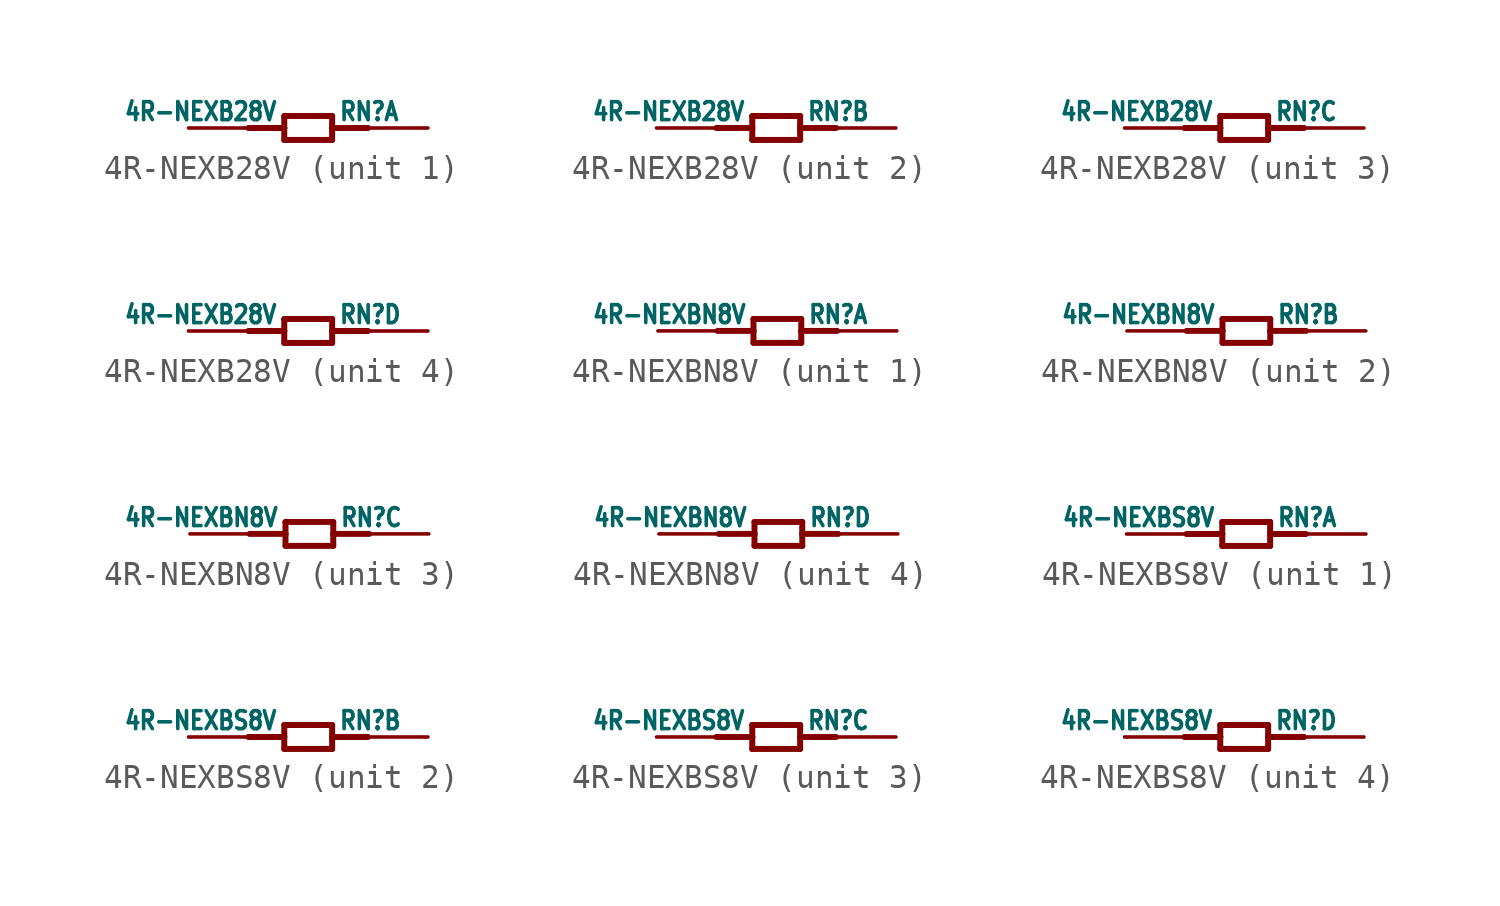
<source format=kicad_sym>
(kicad_symbol_lib
  (version 20211014)
  (generator kicad_symbol_editor)
  (symbol "4R-NEXB28V"
    (property "Reference" "RN"
      (at 1.27 0.254 0)
      (effects (font (size 0.762 0.648)) (justify left bottom)))
    (property "Value" "4R-NEXB28V"
      (at -1.27 0.254 0)
      (effects (font (size 0.762 0.648)) (justify right bottom)))
    (property "ki_locked" ""
      (at 0 0 0)
      (effects (font (size 1.27 1.27))))
    (symbol "4R-NEXB28V_1_0"
      (polyline (pts (xy -2.54 0) (xy -1.016 0)) (stroke (width 0.254) (type default) (color 0 0 0 0)) (fill (type none)))
      (polyline (pts (xy -1.016 -0.508) (xy 1.016 -0.508)) (stroke (width 0.254) (type default) (color 0 0 0 0)) (fill (type none)))
      (polyline (pts (xy -1.016 0) (xy -1.016 -0.508)) (stroke (width 0.254) (type default) (color 0 0 0 0)) (fill (type none)))
      (polyline (pts (xy -1.016 0.508) (xy -1.016 0)) (stroke (width 0.254) (type default) (color 0 0 0 0)) (fill (type none)))
      (polyline (pts (xy 1.016 -0.508) (xy 1.016 0)) (stroke (width 0.254) (type default) (color 0 0 0 0)) (fill (type none)))
      (polyline (pts (xy 1.016 0) (xy 1.016 0.508)) (stroke (width 0.254) (type default) (color 0 0 0 0)) (fill (type none)))
      (polyline (pts (xy 1.016 0) (xy 2.54 0)) (stroke (width 0.254) (type default) (color 0 0 0 0)) (fill (type none)))
      (polyline (pts (xy 1.016 0.508) (xy -1.016 0.508)) (stroke (width 0.254) (type default) (color 0 0 0 0)) (fill (type none)))
      (pin passive line (at -5.08 0 0) (length 2.54) (name "1" (effects (font (size 0 0)))) (number "1" (effects (font (size 0 0)))))
      (pin passive line (at 5.08 0 180) (length 2.54) (name "2" (effects (font (size 0 0)))) (number "8" (effects (font (size 0 0))))))
    (symbol "4R-NEXB28V_2_0"
      (polyline (pts (xy -2.54 0) (xy -1.016 0)) (stroke (width 0.254) (type default) (color 0 0 0 0)) (fill (type none)))
      (polyline (pts (xy -1.016 -0.508) (xy 1.016 -0.508)) (stroke (width 0.254) (type default) (color 0 0 0 0)) (fill (type none)))
      (polyline (pts (xy -1.016 0) (xy -1.016 -0.508)) (stroke (width 0.254) (type default) (color 0 0 0 0)) (fill (type none)))
      (polyline (pts (xy -1.016 0.508) (xy -1.016 0)) (stroke (width 0.254) (type default) (color 0 0 0 0)) (fill (type none)))
      (polyline (pts (xy 1.016 -0.508) (xy 1.016 0)) (stroke (width 0.254) (type default) (color 0 0 0 0)) (fill (type none)))
      (polyline (pts (xy 1.016 0) (xy 1.016 0.508)) (stroke (width 0.254) (type default) (color 0 0 0 0)) (fill (type none)))
      (polyline (pts (xy 1.016 0) (xy 2.54 0)) (stroke (width 0.254) (type default) (color 0 0 0 0)) (fill (type none)))
      (polyline (pts (xy 1.016 0.508) (xy -1.016 0.508)) (stroke (width 0.254) (type default) (color 0 0 0 0)) (fill (type none)))
      (pin passive line (at -5.08 0 0) (length 2.54) (name "1" (effects (font (size 0 0)))) (number "2" (effects (font (size 0 0)))))
      (pin passive line (at 5.08 0 180) (length 2.54) (name "2" (effects (font (size 0 0)))) (number "7" (effects (font (size 0 0))))))
    (symbol "4R-NEXB28V_3_0"
      (polyline (pts (xy -2.54 0) (xy -1.016 0)) (stroke (width 0.254) (type default) (color 0 0 0 0)) (fill (type none)))
      (polyline (pts (xy -1.016 -0.508) (xy 1.016 -0.508)) (stroke (width 0.254) (type default) (color 0 0 0 0)) (fill (type none)))
      (polyline (pts (xy -1.016 0) (xy -1.016 -0.508)) (stroke (width 0.254) (type default) (color 0 0 0 0)) (fill (type none)))
      (polyline (pts (xy -1.016 0.508) (xy -1.016 0)) (stroke (width 0.254) (type default) (color 0 0 0 0)) (fill (type none)))
      (polyline (pts (xy 1.016 -0.508) (xy 1.016 0)) (stroke (width 0.254) (type default) (color 0 0 0 0)) (fill (type none)))
      (polyline (pts (xy 1.016 0) (xy 1.016 0.508)) (stroke (width 0.254) (type default) (color 0 0 0 0)) (fill (type none)))
      (polyline (pts (xy 1.016 0) (xy 2.54 0)) (stroke (width 0.254) (type default) (color 0 0 0 0)) (fill (type none)))
      (polyline (pts (xy 1.016 0.508) (xy -1.016 0.508)) (stroke (width 0.254) (type default) (color 0 0 0 0)) (fill (type none)))
      (pin passive line (at -5.08 0 0) (length 2.54) (name "1" (effects (font (size 0 0)))) (number "3" (effects (font (size 0 0)))))
      (pin passive line (at 5.08 0 180) (length 2.54) (name "2" (effects (font (size 0 0)))) (number "6" (effects (font (size 0 0))))))
    (symbol "4R-NEXB28V_4_0"
      (polyline (pts (xy -2.54 0) (xy -1.016 0)) (stroke (width 0.254) (type default) (color 0 0 0 0)) (fill (type none)))
      (polyline (pts (xy -1.016 -0.508) (xy 1.016 -0.508)) (stroke (width 0.254) (type default) (color 0 0 0 0)) (fill (type none)))
      (polyline (pts (xy -1.016 0) (xy -1.016 -0.508)) (stroke (width 0.254) (type default) (color 0 0 0 0)) (fill (type none)))
      (polyline (pts (xy -1.016 0.508) (xy -1.016 0)) (stroke (width 0.254) (type default) (color 0 0 0 0)) (fill (type none)))
      (polyline (pts (xy 1.016 -0.508) (xy 1.016 0)) (stroke (width 0.254) (type default) (color 0 0 0 0)) (fill (type none)))
      (polyline (pts (xy 1.016 0) (xy 1.016 0.508)) (stroke (width 0.254) (type default) (color 0 0 0 0)) (fill (type none)))
      (polyline (pts (xy 1.016 0) (xy 2.54 0)) (stroke (width 0.254) (type default) (color 0 0 0 0)) (fill (type none)))
      (polyline (pts (xy 1.016 0.508) (xy -1.016 0.508)) (stroke (width 0.254) (type default) (color 0 0 0 0)) (fill (type none)))
      (pin passive line (at -5.08 0 0) (length 2.54) (name "1" (effects (font (size 0 0)))) (number "4" (effects (font (size 0 0)))))
      (pin passive line (at 5.08 0 180) (length 2.54) (name "2" (effects (font (size 0 0)))) (number "5" (effects (font (size 0 0)))))))
  (symbol "4R-NEXBN8V"
    (property "Reference" "RN"
      (at 1.27 0.254 0)
      (effects (font (size 0.762 0.648)) (justify left bottom)))
    (property "Value" "4R-NEXBN8V"
      (at -1.27 0.254 0)
      (effects (font (size 0.762 0.648)) (justify right bottom)))
    (property "ki_locked" ""
      (at 0 0 0)
      (effects (font (size 1.27 1.27))))
    (symbol "4R-NEXBN8V_1_0"
      (polyline (pts (xy -2.54 0) (xy -1.016 0)) (stroke (width 0.254) (type default) (color 0 0 0 0)) (fill (type none)))
      (polyline (pts (xy -1.016 -0.508) (xy 1.016 -0.508)) (stroke (width 0.254) (type default) (color 0 0 0 0)) (fill (type none)))
      (polyline (pts (xy -1.016 0) (xy -1.016 -0.508)) (stroke (width 0.254) (type default) (color 0 0 0 0)) (fill (type none)))
      (polyline (pts (xy -1.016 0.508) (xy -1.016 0)) (stroke (width 0.254) (type default) (color 0 0 0 0)) (fill (type none)))
      (polyline (pts (xy 1.016 -0.508) (xy 1.016 0)) (stroke (width 0.254) (type default) (color 0 0 0 0)) (fill (type none)))
      (polyline (pts (xy 1.016 0) (xy 1.016 0.508)) (stroke (width 0.254) (type default) (color 0 0 0 0)) (fill (type none)))
      (polyline (pts (xy 1.016 0) (xy 2.54 0)) (stroke (width 0.254) (type default) (color 0 0 0 0)) (fill (type none)))
      (polyline (pts (xy 1.016 0.508) (xy -1.016 0.508)) (stroke (width 0.254) (type default) (color 0 0 0 0)) (fill (type none)))
      (pin passive line (at -5.08 0 0) (length 2.54) (name "1" (effects (font (size 0 0)))) (number "1" (effects (font (size 0 0)))))
      (pin passive line (at 5.08 0 180) (length 2.54) (name "2" (effects (font (size 0 0)))) (number "8" (effects (font (size 0 0))))))
    (symbol "4R-NEXBN8V_2_0"
      (polyline (pts (xy -2.54 0) (xy -1.016 0)) (stroke (width 0.254) (type default) (color 0 0 0 0)) (fill (type none)))
      (polyline (pts (xy -1.016 -0.508) (xy 1.016 -0.508)) (stroke (width 0.254) (type default) (color 0 0 0 0)) (fill (type none)))
      (polyline (pts (xy -1.016 0) (xy -1.016 -0.508)) (stroke (width 0.254) (type default) (color 0 0 0 0)) (fill (type none)))
      (polyline (pts (xy -1.016 0.508) (xy -1.016 0)) (stroke (width 0.254) (type default) (color 0 0 0 0)) (fill (type none)))
      (polyline (pts (xy 1.016 -0.508) (xy 1.016 0)) (stroke (width 0.254) (type default) (color 0 0 0 0)) (fill (type none)))
      (polyline (pts (xy 1.016 0) (xy 1.016 0.508)) (stroke (width 0.254) (type default) (color 0 0 0 0)) (fill (type none)))
      (polyline (pts (xy 1.016 0) (xy 2.54 0)) (stroke (width 0.254) (type default) (color 0 0 0 0)) (fill (type none)))
      (polyline (pts (xy 1.016 0.508) (xy -1.016 0.508)) (stroke (width 0.254) (type default) (color 0 0 0 0)) (fill (type none)))
      (pin passive line (at -5.08 0 0) (length 2.54) (name "1" (effects (font (size 0 0)))) (number "2" (effects (font (size 0 0)))))
      (pin passive line (at 5.08 0 180) (length 2.54) (name "2" (effects (font (size 0 0)))) (number "7" (effects (font (size 0 0))))))
    (symbol "4R-NEXBN8V_3_0"
      (polyline (pts (xy -2.54 0) (xy -1.016 0)) (stroke (width 0.254) (type default) (color 0 0 0 0)) (fill (type none)))
      (polyline (pts (xy -1.016 -0.508) (xy 1.016 -0.508)) (stroke (width 0.254) (type default) (color 0 0 0 0)) (fill (type none)))
      (polyline (pts (xy -1.016 0) (xy -1.016 -0.508)) (stroke (width 0.254) (type default) (color 0 0 0 0)) (fill (type none)))
      (polyline (pts (xy -1.016 0.508) (xy -1.016 0)) (stroke (width 0.254) (type default) (color 0 0 0 0)) (fill (type none)))
      (polyline (pts (xy 1.016 -0.508) (xy 1.016 0)) (stroke (width 0.254) (type default) (color 0 0 0 0)) (fill (type none)))
      (polyline (pts (xy 1.016 0) (xy 1.016 0.508)) (stroke (width 0.254) (type default) (color 0 0 0 0)) (fill (type none)))
      (polyline (pts (xy 1.016 0) (xy 2.54 0)) (stroke (width 0.254) (type default) (color 0 0 0 0)) (fill (type none)))
      (polyline (pts (xy 1.016 0.508) (xy -1.016 0.508)) (stroke (width 0.254) (type default) (color 0 0 0 0)) (fill (type none)))
      (pin passive line (at -5.08 0 0) (length 2.54) (name "1" (effects (font (size 0 0)))) (number "3" (effects (font (size 0 0)))))
      (pin passive line (at 5.08 0 180) (length 2.54) (name "2" (effects (font (size 0 0)))) (number "6" (effects (font (size 0 0))))))
    (symbol "4R-NEXBN8V_4_0"
      (polyline (pts (xy -2.54 0) (xy -1.016 0)) (stroke (width 0.254) (type default) (color 0 0 0 0)) (fill (type none)))
      (polyline (pts (xy -1.016 -0.508) (xy 1.016 -0.508)) (stroke (width 0.254) (type default) (color 0 0 0 0)) (fill (type none)))
      (polyline (pts (xy -1.016 0) (xy -1.016 -0.508)) (stroke (width 0.254) (type default) (color 0 0 0 0)) (fill (type none)))
      (polyline (pts (xy -1.016 0.508) (xy -1.016 0)) (stroke (width 0.254) (type default) (color 0 0 0 0)) (fill (type none)))
      (polyline (pts (xy 1.016 -0.508) (xy 1.016 0)) (stroke (width 0.254) (type default) (color 0 0 0 0)) (fill (type none)))
      (polyline (pts (xy 1.016 0) (xy 1.016 0.508)) (stroke (width 0.254) (type default) (color 0 0 0 0)) (fill (type none)))
      (polyline (pts (xy 1.016 0) (xy 2.54 0)) (stroke (width 0.254) (type default) (color 0 0 0 0)) (fill (type none)))
      (polyline (pts (xy 1.016 0.508) (xy -1.016 0.508)) (stroke (width 0.254) (type default) (color 0 0 0 0)) (fill (type none)))
      (pin passive line (at -5.08 0 0) (length 2.54) (name "1" (effects (font (size 0 0)))) (number "4" (effects (font (size 0 0)))))
      (pin passive line (at 5.08 0 180) (length 2.54) (name "2" (effects (font (size 0 0)))) (number "5" (effects (font (size 0 0)))))))
  (symbol "4R-NEXBS8V"
    (property "Reference" "RN"
      (at 1.27 0.254 0)
      (effects (font (size 0.762 0.648)) (justify left bottom)))
    (property "Value" "4R-NEXBS8V"
      (at -1.27 0.254 0)
      (effects (font (size 0.762 0.648)) (justify right bottom)))
    (property "ki_locked" ""
      (at 0 0 0)
      (effects (font (size 1.27 1.27))))
    (symbol "4R-NEXBS8V_1_0"
      (polyline (pts (xy -2.54 0) (xy -1.016 0)) (stroke (width 0.254) (type default) (color 0 0 0 0)) (fill (type none)))
      (polyline (pts (xy -1.016 -0.508) (xy 1.016 -0.508)) (stroke (width 0.254) (type default) (color 0 0 0 0)) (fill (type none)))
      (polyline (pts (xy -1.016 0) (xy -1.016 -0.508)) (stroke (width 0.254) (type default) (color 0 0 0 0)) (fill (type none)))
      (polyline (pts (xy -1.016 0.508) (xy -1.016 0)) (stroke (width 0.254) (type default) (color 0 0 0 0)) (fill (type none)))
      (polyline (pts (xy 1.016 -0.508) (xy 1.016 0)) (stroke (width 0.254) (type default) (color 0 0 0 0)) (fill (type none)))
      (polyline (pts (xy 1.016 0) (xy 1.016 0.508)) (stroke (width 0.254) (type default) (color 0 0 0 0)) (fill (type none)))
      (polyline (pts (xy 1.016 0) (xy 2.54 0)) (stroke (width 0.254) (type default) (color 0 0 0 0)) (fill (type none)))
      (polyline (pts (xy 1.016 0.508) (xy -1.016 0.508)) (stroke (width 0.254) (type default) (color 0 0 0 0)) (fill (type none)))
      (pin passive line (at -5.08 0 0) (length 2.54) (name "1" (effects (font (size 0 0)))) (number "1" (effects (font (size 0 0)))))
      (pin passive line (at 5.08 0 180) (length 2.54) (name "2" (effects (font (size 0 0)))) (number "8" (effects (font (size 0 0))))))
    (symbol "4R-NEXBS8V_2_0"
      (polyline (pts (xy -2.54 0) (xy -1.016 0)) (stroke (width 0.254) (type default) (color 0 0 0 0)) (fill (type none)))
      (polyline (pts (xy -1.016 -0.508) (xy 1.016 -0.508)) (stroke (width 0.254) (type default) (color 0 0 0 0)) (fill (type none)))
      (polyline (pts (xy -1.016 0) (xy -1.016 -0.508)) (stroke (width 0.254) (type default) (color 0 0 0 0)) (fill (type none)))
      (polyline (pts (xy -1.016 0.508) (xy -1.016 0)) (stroke (width 0.254) (type default) (color 0 0 0 0)) (fill (type none)))
      (polyline (pts (xy 1.016 -0.508) (xy 1.016 0)) (stroke (width 0.254) (type default) (color 0 0 0 0)) (fill (type none)))
      (polyline (pts (xy 1.016 0) (xy 1.016 0.508)) (stroke (width 0.254) (type default) (color 0 0 0 0)) (fill (type none)))
      (polyline (pts (xy 1.016 0) (xy 2.54 0)) (stroke (width 0.254) (type default) (color 0 0 0 0)) (fill (type none)))
      (polyline (pts (xy 1.016 0.508) (xy -1.016 0.508)) (stroke (width 0.254) (type default) (color 0 0 0 0)) (fill (type none)))
      (pin passive line (at -5.08 0 0) (length 2.54) (name "1" (effects (font (size 0 0)))) (number "2" (effects (font (size 0 0)))))
      (pin passive line (at 5.08 0 180) (length 2.54) (name "2" (effects (font (size 0 0)))) (number "7" (effects (font (size 0 0))))))
    (symbol "4R-NEXBS8V_3_0"
      (polyline (pts (xy -2.54 0) (xy -1.016 0)) (stroke (width 0.254) (type default) (color 0 0 0 0)) (fill (type none)))
      (polyline (pts (xy -1.016 -0.508) (xy 1.016 -0.508)) (stroke (width 0.254) (type default) (color 0 0 0 0)) (fill (type none)))
      (polyline (pts (xy -1.016 0) (xy -1.016 -0.508)) (stroke (width 0.254) (type default) (color 0 0 0 0)) (fill (type none)))
      (polyline (pts (xy -1.016 0.508) (xy -1.016 0)) (stroke (width 0.254) (type default) (color 0 0 0 0)) (fill (type none)))
      (polyline (pts (xy 1.016 -0.508) (xy 1.016 0)) (stroke (width 0.254) (type default) (color 0 0 0 0)) (fill (type none)))
      (polyline (pts (xy 1.016 0) (xy 1.016 0.508)) (stroke (width 0.254) (type default) (color 0 0 0 0)) (fill (type none)))
      (polyline (pts (xy 1.016 0) (xy 2.54 0)) (stroke (width 0.254) (type default) (color 0 0 0 0)) (fill (type none)))
      (polyline (pts (xy 1.016 0.508) (xy -1.016 0.508)) (stroke (width 0.254) (type default) (color 0 0 0 0)) (fill (type none)))
      (pin passive line (at -5.08 0 0) (length 2.54) (name "1" (effects (font (size 0 0)))) (number "3" (effects (font (size 0 0)))))
      (pin passive line (at 5.08 0 180) (length 2.54) (name "2" (effects (font (size 0 0)))) (number "6" (effects (font (size 0 0))))))
    (symbol "4R-NEXBS8V_4_0"
      (polyline (pts (xy -2.54 0) (xy -1.016 0)) (stroke (width 0.254) (type default) (color 0 0 0 0)) (fill (type none)))
      (polyline (pts (xy -1.016 -0.508) (xy 1.016 -0.508)) (stroke (width 0.254) (type default) (color 0 0 0 0)) (fill (type none)))
      (polyline (pts (xy -1.016 0) (xy -1.016 -0.508)) (stroke (width 0.254) (type default) (color 0 0 0 0)) (fill (type none)))
      (polyline (pts (xy -1.016 0.508) (xy -1.016 0)) (stroke (width 0.254) (type default) (color 0 0 0 0)) (fill (type none)))
      (polyline (pts (xy 1.016 -0.508) (xy 1.016 0)) (stroke (width 0.254) (type default) (color 0 0 0 0)) (fill (type none)))
      (polyline (pts (xy 1.016 0) (xy 1.016 0.508)) (stroke (width 0.254) (type default) (color 0 0 0 0)) (fill (type none)))
      (polyline (pts (xy 1.016 0) (xy 2.54 0)) (stroke (width 0.254) (type default) (color 0 0 0 0)) (fill (type none)))
      (polyline (pts (xy 1.016 0.508) (xy -1.016 0.508)) (stroke (width 0.254) (type default) (color 0 0 0 0)) (fill (type none)))
      (pin passive line (at -5.08 0 0) (length 2.54) (name "1" (effects (font (size 0 0)))) (number "4" (effects (font (size 0 0)))))
      (pin passive line (at 5.08 0 180) (length 2.54) (name "2" (effects (font (size 0 0)))) (number "5" (effects (font (size 0 0))))))))
</source>
